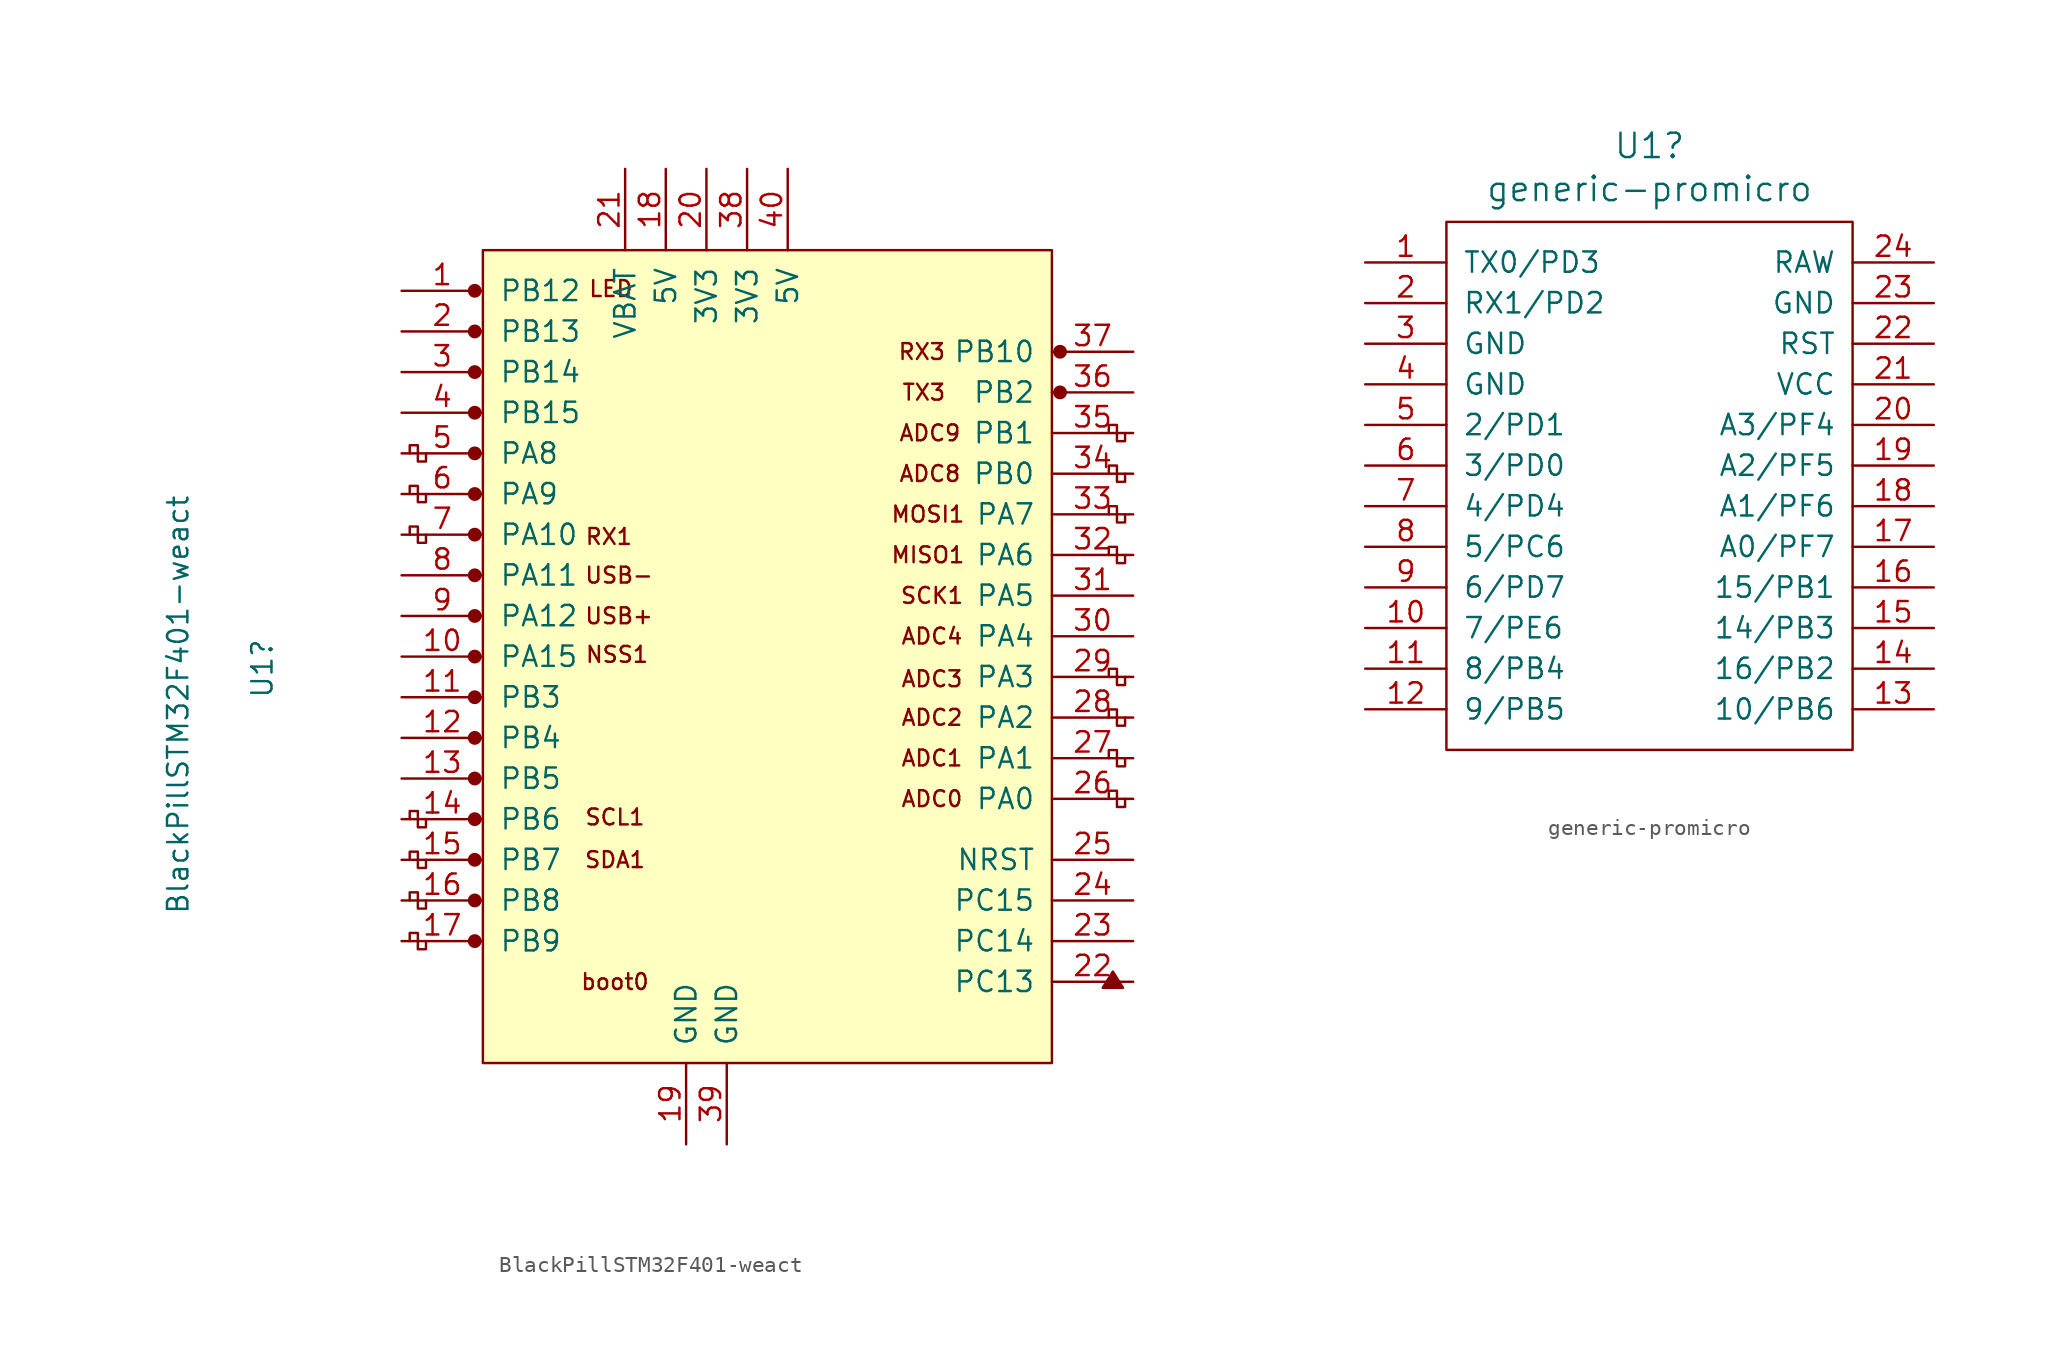
<source format=kicad_sym>
(kicad_symbol_lib
  (version 20211014)
  (generator kicad_symbol_editor)
  (symbol "BlackPillSTM32F401-weact"
    (pin_names
      (offset 1.016))
    (property "Reference" "U1"
      (at -31.572 1.168 90)
      (effects (font (size 1.27 1.27)) (justify right)))
    (property "Value" "BlackPillSTM32F401-weact"
      (at -36.83 10.16 90)
      (effects (font (size 1.27 1.27)) (justify right)))
    (symbol "BlackPillSTM32F401-weact_0_0"
      (circle (center -18.288 -12.7) (radius 0.356) (stroke (width 0) (type default) (color 0 0 0 0)) (fill (type outline)))
      (circle (center -18.288 -10.16) (radius 0.356) (stroke (width 0) (type default) (color 0 0 0 0)) (fill (type outline)))
      (circle (center -18.288 -7.62) (radius 0.356) (stroke (width 0) (type default) (color 0 0 0 0)) (fill (type outline)))
      (circle (center -18.288 -5.08) (radius 0.356) (stroke (width 0) (type default) (color 0 0 0 0)) (fill (type outline)))
      (circle (center -18.288 -2.54) (radius 0.356) (stroke (width 0) (type default) (color 0 0 0 0)) (fill (type outline)))
      (circle (center -18.288 0) (radius 0.356) (stroke (width 0) (type default) (color 0 0 0 0)) (fill (type outline)))
      (circle (center -18.288 2.54) (radius 0.356) (stroke (width 0) (type default) (color 0 0 0 0)) (fill (type outline)))
      (circle (center -18.288 5.08) (radius 0.356) (stroke (width 0) (type default) (color 0 0 0 0)) (fill (type outline)))
      (circle (center -18.288 7.62) (radius 0.356) (stroke (width 0) (type default) (color 0 0 0 0)) (fill (type outline)))
      (circle (center -18.288 10.16) (radius 0.356) (stroke (width 0) (type default) (color 0 0 0 0)) (fill (type outline)))
      (circle (center -18.288 12.7) (radius 0.356) (stroke (width 0) (type default) (color 0 0 0 0)) (fill (type outline)))
      (circle (center -18.288 15.24) (radius 0.356) (stroke (width 0) (type default) (color 0 0 0 0)) (fill (type outline)))
      (circle (center -18.288 17.78) (radius 0.356) (stroke (width 0) (type default) (color 0 0 0 0)) (fill (type outline)))
      (circle (center -18.288 22.86) (radius 0.356) (stroke (width 0) (type default) (color 0 0 0 0)) (fill (type outline)))
      (polyline (pts (xy 20.955 -20.701) (xy 21.59 -19.685) (xy 22.225 -20.701) (xy 20.955 -20.701) (xy 21.59 -19.812) (xy 22.098 -20.701) (xy 21.082 -20.574) (xy 21.59 -19.939) (xy 21.971 -20.701) (xy 21.209 -20.447) (xy 21.717 -20.066) (xy 21.844 -20.701) (xy 21.336 -20.32) (xy 21.844 -20.193) (xy 21.717 -20.574) (xy 21.463 -20.32) (xy 21.717 -20.447) (xy 21.59 -20.193)) (stroke (width 0) (type default) (color 0 0 0 0)) (fill (type none)))
      (circle (center 18.288 16.51) (radius 0.254) (stroke (width 0) (type default) (color 0 0 0 0)) (fill (type outline)))
      (circle (center 18.288 16.51) (radius 0.356) (stroke (width 0) (type default) (color 0 0 0 0)) (fill (type none)))
      (circle (center 18.288 19.05) (radius 0.254) (stroke (width 0) (type default) (color 0 0 0 0)) (fill (type outline)))
      (circle (center 18.288 19.05) (radius 0.356) (stroke (width 0) (type default) (color 0 0 0 0)) (fill (type none)))
      (text "ADC0" (at 10.287 -8.89 0) (effects (font (size 0.991 0.991))))
      (text "ADC1" (at 10.287 -6.35 0) (effects (font (size 0.991 0.991))))
      (text "ADC2" (at 10.287 -3.81 0) (effects (font (size 0.991 0.991))))
      (text "ADC3" (at 10.287 -1.397 0) (effects (font (size 0.991 0.991))))
      (text "ADC4" (at 10.287 1.27 0) (effects (font (size 0.991 0.991))))
      (text "ADC8" (at 10.16 11.43 0) (effects (font (size 0.991 0.991))))
      (text "ADC9" (at 10.16 13.97 0) (effects (font (size 0.991 0.991))))
      (text "LED" (at -9.779 22.987 0) (effects (font (size 0.991 0.991))))
      (text "MISO1" (at 10.033 6.35 0) (effects (font (size 0.991 0.991))))
      (text "MOSI1" (at 10.033 8.89 0) (effects (font (size 0.991 0.991))))
      (text "NSS1" (at -9.398 0.127 0) (effects (font (size 0.991 0.991))))
      (text "RX1" (at -9.906 7.493 0) (effects (font (size 0.991 0.991))))
      (text "RX3" (at 9.652 19.05 0) (effects (font (size 0.991 0.991))))
      (text "SCK1" (at 10.287 3.81 0) (effects (font (size 0.991 0.991))))
      (text "SCL1" (at -9.525 -10.033 0) (effects (font (size 0.991 0.991))))
      (text "SDA1" (at -9.525 -12.7 0) (effects (font (size 0.991 0.991))))
      (text "TX3" (at 9.779 16.51 0) (effects (font (size 0.991 0.991))))
      (text "USB+" (at -9.271 2.54 0) (effects (font (size 0.991 0.991))))
      (text "USB-" (at -9.271 5.08 0) (effects (font (size 0.991 0.991)))))
    (symbol "BlackPillSTM32F401-weact_0_1"
      (rectangle (start -17.78 25.4) (end 17.78 -25.4) (stroke (width 0) (type default) (color 0 0 0 0)) (fill (type background)))
      (polyline (pts (xy -21.336 -12.7) (xy -21.336 -13.208) (xy -21.844 -13.208) (xy -21.844 -12.192) (xy -22.352 -12.192) (xy -22.352 -12.7)) (stroke (width 0) (type default) (color 0 0 0 0)) (fill (type none)))
      (polyline (pts (xy -21.336 -10.16) (xy -21.336 -10.668) (xy -21.844 -10.668) (xy -21.844 -9.652) (xy -22.352 -9.652) (xy -22.352 -10.16)) (stroke (width 0) (type default) (color 0 0 0 0)) (fill (type none)))
      (polyline (pts (xy -21.336 7.62) (xy -21.336 7.112) (xy -21.844 7.112) (xy -21.844 8.128) (xy -22.352 8.128) (xy -22.352 7.62)) (stroke (width 0) (type default) (color 0 0 0 0)) (fill (type none)))
      (polyline (pts (xy -21.336 10.16) (xy -21.336 9.652) (xy -21.844 9.652) (xy -21.844 10.668) (xy -22.352 10.668) (xy -22.352 10.16)) (stroke (width 0) (type default) (color 0 0 0 0)) (fill (type none)))
      (polyline (pts (xy -21.336 12.7) (xy -21.336 12.192) (xy -21.844 12.192) (xy -21.844 13.208) (xy -22.352 13.208) (xy -22.352 12.7)) (stroke (width 0) (type default) (color 0 0 0 0)) (fill (type none)))
      (polyline (pts (xy 22.352 -8.89) (xy 22.352 -9.398) (xy 21.844 -9.398) (xy 21.844 -8.382) (xy 21.336 -8.382) (xy 21.336 -8.89)) (stroke (width 0) (type default) (color 0 0 0 0)) (fill (type none)))
      (polyline (pts (xy 22.352 -6.35) (xy 22.352 -6.858) (xy 21.844 -6.858) (xy 21.844 -5.842) (xy 21.336 -5.842) (xy 21.336 -6.35)) (stroke (width 0) (type default) (color 0 0 0 0)) (fill (type none)))
      (polyline (pts (xy 22.352 -3.81) (xy 22.352 -4.318) (xy 21.844 -4.318) (xy 21.844 -3.302) (xy 21.336 -3.302) (xy 21.336 -3.81)) (stroke (width 0) (type default) (color 0 0 0 0)) (fill (type none)))
      (polyline (pts (xy 22.352 -1.27) (xy 22.352 -1.778) (xy 21.844 -1.778) (xy 21.844 -0.762) (xy 21.336 -0.762) (xy 21.336 -1.27)) (stroke (width 0) (type default) (color 0 0 0 0)) (fill (type none)))
      (polyline (pts (xy 22.352 6.35) (xy 22.352 5.842) (xy 21.844 5.842) (xy 21.844 6.858) (xy 21.336 6.858) (xy 21.336 6.35)) (stroke (width 0) (type default) (color 0 0 0 0)) (fill (type none)))
      (polyline (pts (xy 22.352 8.89) (xy 22.352 8.382) (xy 21.844 8.382) (xy 21.844 9.398) (xy 21.336 9.398) (xy 21.336 8.89)) (stroke (width 0) (type default) (color 0 0 0 0)) (fill (type none)))
      (polyline (pts (xy 22.352 11.43) (xy 22.352 10.922) (xy 21.844 10.922) (xy 21.844 11.938) (xy 21.336 11.938) (xy 21.336 11.43)) (stroke (width 0) (type default) (color 0 0 0 0)) (fill (type none)))
      (polyline (pts (xy 22.352 13.97) (xy 22.352 13.462) (xy 21.844 13.462) (xy 21.844 14.478) (xy 21.336 14.478) (xy 21.336 13.97)) (stroke (width 0) (type default) (color 0 0 0 0)) (fill (type none))))
    (symbol "BlackPillSTM32F401-weact_1_1"
      (circle (center -18.288 -17.78) (radius 0.356) (stroke (width 0) (type default) (color 0 0 0 0)) (fill (type outline)))
      (circle (center -18.288 -15.24) (radius 0.356) (stroke (width 0) (type default) (color 0 0 0 0)) (fill (type outline)))
      (circle (center -18.288 20.32) (radius 0.356) (stroke (width 0) (type default) (color 0 0 0 0)) (fill (type outline)))
      (polyline (pts (xy -21.336 -17.78) (xy -21.336 -18.288) (xy -21.844 -18.288) (xy -21.844 -17.272) (xy -22.352 -17.272) (xy -22.352 -17.78)) (stroke (width 0) (type default) (color 0 0 0 0)) (fill (type none)))
      (polyline (pts (xy -21.336 -15.24) (xy -21.336 -15.748) (xy -21.844 -15.748) (xy -21.844 -14.732) (xy -22.352 -14.732) (xy -22.352 -15.24)) (stroke (width 0) (type default) (color 0 0 0 0)) (fill (type none)))
      (text "boot0" (at -9.525 -20.32 0) (effects (font (size 0.991 0.991))))
      (pin bidirectional line (at -22.86 22.86 0) (length 5.08) (name "PB12" (effects (font (size 1.27 1.27)))) (number "1" (effects (font (size 1.27 1.27)))))
      (pin bidirectional line (at -22.86 0 0) (length 5.08) (name "PA15" (effects (font (size 1.27 1.27)))) (number "10" (effects (font (size 1.27 1.27)))))
      (pin bidirectional line (at -22.86 -2.54 0) (length 5.08) (name "PB3" (effects (font (size 1.27 1.27)))) (number "11" (effects (font (size 1.27 1.27)))))
      (pin bidirectional line (at -22.86 -5.08 0) (length 5.08) (name "PB4" (effects (font (size 1.27 1.27)))) (number "12" (effects (font (size 1.27 1.27)))))
      (pin bidirectional line (at -22.86 -7.62 0) (length 5.08) (name "PB5" (effects (font (size 1.27 1.27)))) (number "13" (effects (font (size 1.27 1.27)))))
      (pin bidirectional line (at -22.86 -10.16 0) (length 5.08) (name "PB6" (effects (font (size 1.27 1.27)))) (number "14" (effects (font (size 1.27 1.27)))))
      (pin bidirectional line (at -22.86 -12.7 0) (length 5.08) (name "PB7" (effects (font (size 1.27 1.27)))) (number "15" (effects (font (size 1.27 1.27)))))
      (pin bidirectional line (at -22.86 -15.24 0) (length 5.08) (name "PB8" (effects (font (size 1.27 1.27)))) (number "16" (effects (font (size 1.27 1.27)))))
      (pin bidirectional line (at -22.86 -17.78 0) (length 5.08) (name "PB9" (effects (font (size 1.27 1.27)))) (number "17" (effects (font (size 1.27 1.27)))))
      (pin power_in line (at -6.35 30.48 270) (length 5.08) (name "5V" (effects (font (size 1.27 1.27)))) (number "18" (effects (font (size 1.27 1.27)))))
      (pin power_in line (at -5.08 -30.48 90) (length 5.08) (name "GND" (effects (font (size 1.27 1.27)))) (number "19" (effects (font (size 1.27 1.27)))))
      (pin bidirectional line (at -22.86 20.32 0) (length 5.08) (name "PB13" (effects (font (size 1.27 1.27)))) (number "2" (effects (font (size 1.27 1.27)))))
      (pin power_in line (at -3.81 30.48 270) (length 5.08) (name "3V3" (effects (font (size 1.27 1.27)))) (number "20" (effects (font (size 1.27 1.27)))))
      (pin power_in line (at -8.89 30.48 270) (length 5.08) (name "VBAT" (effects (font (size 1.27 1.27)))) (number "21" (effects (font (size 1.27 1.27)))))
      (pin bidirectional line (at 22.86 -20.32 180) (length 5.08) (name "PC13" (effects (font (size 1.27 1.27)))) (number "22" (effects (font (size 1.27 1.27)))))
      (pin bidirectional line (at 22.86 -17.78 180) (length 5.08) (name "PC14" (effects (font (size 1.27 1.27)))) (number "23" (effects (font (size 1.27 1.27)))))
      (pin bidirectional line (at 22.86 -15.24 180) (length 5.08) (name "PC15" (effects (font (size 1.27 1.27)))) (number "24" (effects (font (size 1.27 1.27)))))
      (pin input line (at 22.86 -12.7 180) (length 5.08) (name "NRST" (effects (font (size 1.27 1.27)))) (number "25" (effects (font (size 1.27 1.27)))))
      (pin bidirectional line (at 22.86 -8.89 180) (length 5.08) (name "PA0" (effects (font (size 1.27 1.27)))) (number "26" (effects (font (size 1.27 1.27)))))
      (pin bidirectional line (at 22.86 -6.35 180) (length 5.08) (name "PA1" (effects (font (size 1.27 1.27)))) (number "27" (effects (font (size 1.27 1.27)))))
      (pin bidirectional line (at 22.86 -3.81 180) (length 5.08) (name "PA2" (effects (font (size 1.27 1.27)))) (number "28" (effects (font (size 1.27 1.27)))))
      (pin bidirectional line (at 22.86 -1.27 180) (length 5.08) (name "PA3" (effects (font (size 1.27 1.27)))) (number "29" (effects (font (size 1.27 1.27)))))
      (pin bidirectional line (at -22.86 17.78 0) (length 5.08) (name "PB14" (effects (font (size 1.27 1.27)))) (number "3" (effects (font (size 1.27 1.27)))))
      (pin bidirectional line (at 22.86 1.27 180) (length 5.08) (name "PA4" (effects (font (size 1.27 1.27)))) (number "30" (effects (font (size 1.27 1.27)))))
      (pin bidirectional line (at 22.86 3.81 180) (length 5.08) (name "PA5" (effects (font (size 1.27 1.27)))) (number "31" (effects (font (size 1.27 1.27)))))
      (pin bidirectional line (at 22.86 6.35 180) (length 5.08) (name "PA6" (effects (font (size 1.27 1.27)))) (number "32" (effects (font (size 1.27 1.27)))))
      (pin bidirectional line (at 22.86 8.89 180) (length 5.08) (name "PA7" (effects (font (size 1.27 1.27)))) (number "33" (effects (font (size 1.27 1.27)))))
      (pin bidirectional line (at 22.86 11.43 180) (length 5.08) (name "PB0" (effects (font (size 1.27 1.27)))) (number "34" (effects (font (size 1.27 1.27)))))
      (pin bidirectional line (at 22.86 13.97 180) (length 5.08) (name "PB1" (effects (font (size 1.27 1.27)))) (number "35" (effects (font (size 1.27 1.27)))))
      (pin bidirectional line (at 22.86 16.51 180) (length 5.08) (name "PB2" (effects (font (size 1.27 1.27)))) (number "36" (effects (font (size 1.27 1.27)))))
      (pin bidirectional line (at 22.86 19.05 180) (length 5.08) (name "PB10" (effects (font (size 1.27 1.27)))) (number "37" (effects (font (size 1.27 1.27)))))
      (pin power_in line (at -1.27 30.48 270) (length 5.08) (name "3V3" (effects (font (size 1.27 1.27)))) (number "38" (effects (font (size 1.27 1.27)))))
      (pin power_in line (at -2.54 -30.48 90) (length 5.08) (name "GND" (effects (font (size 1.27 1.27)))) (number "39" (effects (font (size 1.27 1.27)))))
      (pin bidirectional line (at -22.86 15.24 0) (length 5.08) (name "PB15" (effects (font (size 1.27 1.27)))) (number "4" (effects (font (size 1.27 1.27)))))
      (pin power_in line (at 1.27 30.48 270) (length 5.08) (name "5V" (effects (font (size 1.27 1.27)))) (number "40" (effects (font (size 1.27 1.27)))))
      (pin bidirectional line (at -22.86 12.7 0) (length 5.08) (name "PA8" (effects (font (size 1.27 1.27)))) (number "5" (effects (font (size 1.27 1.27)))))
      (pin bidirectional line (at -22.86 10.16 0) (length 5.08) (name "PA9" (effects (font (size 1.27 1.27)))) (number "6" (effects (font (size 1.27 1.27)))))
      (pin bidirectional line (at -22.86 7.62 0) (length 5.08) (name "PA10" (effects (font (size 1.27 1.27)))) (number "7" (effects (font (size 1.27 1.27)))))
      (pin bidirectional line (at -22.86 5.08 0) (length 5.08) (name "PA11" (effects (font (size 1.27 1.27)))) (number "8" (effects (font (size 1.27 1.27)))))
      (pin bidirectional line (at -22.86 2.54 0) (length 5.08) (name "PA12" (effects (font (size 1.27 1.27)))) (number "9" (effects (font (size 1.27 1.27)))))))
  (symbol "generic-promicro"
    (pin_names
      (offset 1.016))
    (property "Reference" "U1"
      (at 0 21.26 0)
      (effects (font (size 1.524 1.524))))
    (property "Value" "generic-promicro"
      (at 0 18.567 0)
      (effects (font (size 1.524 1.524))))
    (symbol "generic-promicro_0_1"
      (rectangle (start -12.7 -16.51) (end 12.7 16.51) (stroke (width 0) (type default) (color 0 0 0 0)) (fill (type none))))
    (symbol "generic-promicro_1_1"
      (pin input line (at -17.78 13.97 0) (length 5.08) (name "TX0/PD3" (effects (font (size 1.27 1.27)))) (number "1" (effects (font (size 1.27 1.27)))))
      (pin input line (at -17.78 -8.89 0) (length 5.08) (name "7/PE6" (effects (font (size 1.27 1.27)))) (number "10" (effects (font (size 1.27 1.27)))))
      (pin input line (at -17.78 -11.43 0) (length 5.08) (name "8/PB4" (effects (font (size 1.27 1.27)))) (number "11" (effects (font (size 1.27 1.27)))))
      (pin input line (at -17.78 -13.97 0) (length 5.08) (name "9/PB5" (effects (font (size 1.27 1.27)))) (number "12" (effects (font (size 1.27 1.27)))))
      (pin input line (at 17.78 -13.97 180) (length 5.08) (name "10/PB6" (effects (font (size 1.27 1.27)))) (number "13" (effects (font (size 1.27 1.27)))))
      (pin input line (at 17.78 -11.43 180) (length 5.08) (name "16/PB2" (effects (font (size 1.27 1.27)))) (number "14" (effects (font (size 1.27 1.27)))))
      (pin input line (at 17.78 -8.89 180) (length 5.08) (name "14/PB3" (effects (font (size 1.27 1.27)))) (number "15" (effects (font (size 1.27 1.27)))))
      (pin input line (at 17.78 -6.35 180) (length 5.08) (name "15/PB1" (effects (font (size 1.27 1.27)))) (number "16" (effects (font (size 1.27 1.27)))))
      (pin input line (at 17.78 -3.81 180) (length 5.08) (name "A0/PF7" (effects (font (size 1.27 1.27)))) (number "17" (effects (font (size 1.27 1.27)))))
      (pin input line (at 17.78 -1.27 180) (length 5.08) (name "A1/PF6" (effects (font (size 1.27 1.27)))) (number "18" (effects (font (size 1.27 1.27)))))
      (pin input line (at 17.78 1.27 180) (length 5.08) (name "A2/PF5" (effects (font (size 1.27 1.27)))) (number "19" (effects (font (size 1.27 1.27)))))
      (pin input line (at -17.78 11.43 0) (length 5.08) (name "RX1/PD2" (effects (font (size 1.27 1.27)))) (number "2" (effects (font (size 1.27 1.27)))))
      (pin input line (at 17.78 3.81 180) (length 5.08) (name "A3/PF4" (effects (font (size 1.27 1.27)))) (number "20" (effects (font (size 1.27 1.27)))))
      (pin input line (at 17.78 6.35 180) (length 5.08) (name "VCC" (effects (font (size 1.27 1.27)))) (number "21" (effects (font (size 1.27 1.27)))))
      (pin input line (at 17.78 8.89 180) (length 5.08) (name "RST" (effects (font (size 1.27 1.27)))) (number "22" (effects (font (size 1.27 1.27)))))
      (pin input line (at 17.78 11.43 180) (length 5.08) (name "GND" (effects (font (size 1.27 1.27)))) (number "23" (effects (font (size 1.27 1.27)))))
      (pin input line (at 17.78 13.97 180) (length 5.08) (name "RAW" (effects (font (size 1.27 1.27)))) (number "24" (effects (font (size 1.27 1.27)))))
      (pin input line (at -17.78 8.89 0) (length 5.08) (name "GND" (effects (font (size 1.27 1.27)))) (number "3" (effects (font (size 1.27 1.27)))))
      (pin input line (at -17.78 6.35 0) (length 5.08) (name "GND" (effects (font (size 1.27 1.27)))) (number "4" (effects (font (size 1.27 1.27)))))
      (pin input line (at -17.78 3.81 0) (length 5.08) (name "2/PD1" (effects (font (size 1.27 1.27)))) (number "5" (effects (font (size 1.27 1.27)))))
      (pin input line (at -17.78 1.27 0) (length 5.08) (name "3/PD0" (effects (font (size 1.27 1.27)))) (number "6" (effects (font (size 1.27 1.27)))))
      (pin input line (at -17.78 -1.27 0) (length 5.08) (name "4/PD4" (effects (font (size 1.27 1.27)))) (number "7" (effects (font (size 1.27 1.27)))))
      (pin input line (at -17.78 -3.81 0) (length 5.08) (name "5/PC6" (effects (font (size 1.27 1.27)))) (number "8" (effects (font (size 1.27 1.27)))))
      (pin input line (at -17.78 -6.35 0) (length 5.08) (name "6/PD7" (effects (font (size 1.27 1.27)))) (number "9" (effects (font (size 1.27 1.27))))))))
</source>
